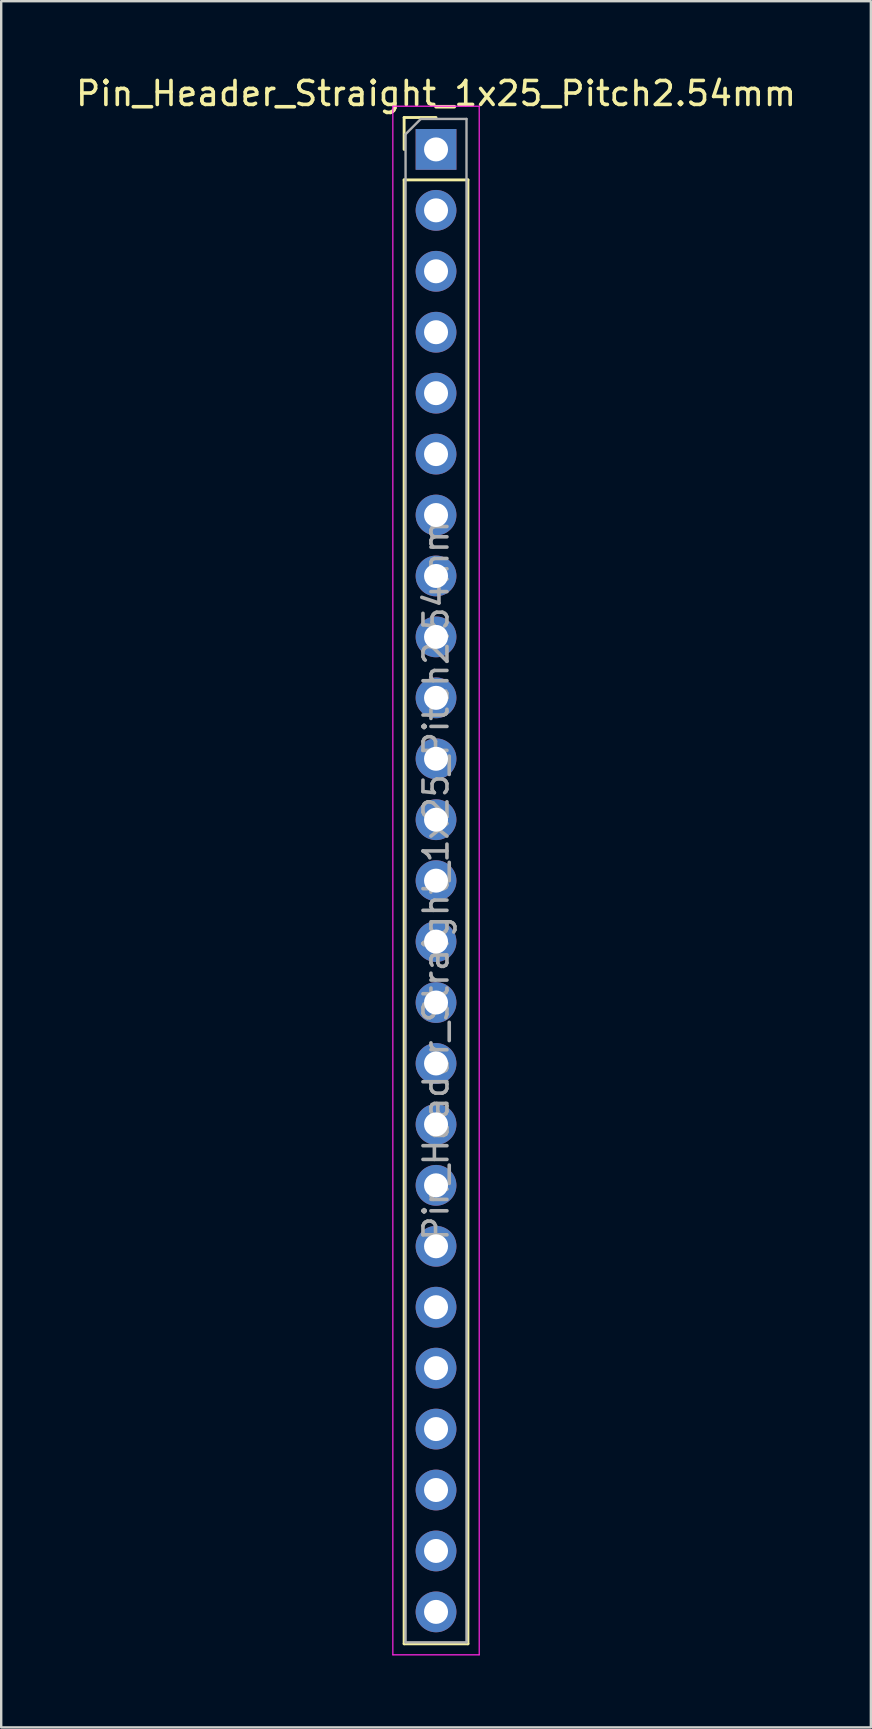
<source format=kicad_pcb>
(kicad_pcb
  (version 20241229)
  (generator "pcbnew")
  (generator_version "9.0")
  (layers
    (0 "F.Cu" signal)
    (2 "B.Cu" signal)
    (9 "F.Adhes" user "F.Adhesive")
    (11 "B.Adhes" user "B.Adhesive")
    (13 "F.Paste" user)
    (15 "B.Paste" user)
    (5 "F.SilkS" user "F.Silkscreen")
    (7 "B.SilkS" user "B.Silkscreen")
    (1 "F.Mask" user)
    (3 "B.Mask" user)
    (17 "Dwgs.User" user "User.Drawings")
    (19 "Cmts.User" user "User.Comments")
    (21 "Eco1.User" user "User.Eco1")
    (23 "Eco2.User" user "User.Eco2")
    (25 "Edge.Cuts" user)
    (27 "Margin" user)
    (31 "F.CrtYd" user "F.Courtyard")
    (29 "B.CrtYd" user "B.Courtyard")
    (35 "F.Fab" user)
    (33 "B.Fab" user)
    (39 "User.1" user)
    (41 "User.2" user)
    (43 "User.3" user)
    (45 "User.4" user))
  (footprint "Pin_Header_Straight_1x25_Pitch2.54mm"
    (layer "F.Cu")
    (at 15.125 3.178)
    (property "Reference" "Pin_Header_Straight_1x25_Pitch2.54mm" (at 0 -2.33 0) (layer "F.SilkS") (effects (font (size 1 1) (thickness 0.15))))
    (attr through_hole)
    (fp_line (start -1.33 -1.33) (end 0 -1.33) (stroke (width 0.12) (type solid)) (layer "F.SilkS"))
    (fp_line (start -1.33 0) (end -1.33 -1.33) (stroke (width 0.12) (type solid)) (layer "F.SilkS"))
    (fp_line (start -1.33 1.27) (end -1.33 62.29) (stroke (width 0.12) (type solid)) (layer "F.SilkS"))
    (fp_line (start -1.33 1.27) (end 1.33 1.27) (stroke (width 0.12) (type solid)) (layer "F.SilkS"))
    (fp_line (start -1.33 62.29) (end 1.33 62.29) (stroke (width 0.12) (type solid)) (layer "F.SilkS"))
    (fp_line (start 1.33 1.27) (end 1.33 62.29) (stroke (width 0.12) (type solid)) (layer "F.SilkS"))
    (fp_line (start -1.8 -1.8) (end -1.8 62.75) (stroke (width 0.05) (type solid)) (layer "F.CrtYd"))
    (fp_line (start -1.8 62.75) (end 1.8 62.75) (stroke (width 0.05) (type solid)) (layer "F.CrtYd"))
    (fp_line (start 1.8 -1.8) (end -1.8 -1.8) (stroke (width 0.05) (type solid)) (layer "F.CrtYd"))
    (fp_line (start 1.8 62.75) (end 1.8 -1.8) (stroke (width 0.05) (type solid)) (layer "F.CrtYd"))
    (fp_line (start -1.27 -0.635) (end -0.635 -1.27) (stroke (width 0.1) (type solid)) (layer "F.Fab"))
    (fp_line (start -1.27 62.23) (end -1.27 -0.635) (stroke (width 0.1) (type solid)) (layer "F.Fab"))
    (fp_line (start -0.635 -1.27) (end 1.27 -1.27) (stroke (width 0.1) (type solid)) (layer "F.Fab"))
    (fp_line (start 1.27 -1.27) (end 1.27 62.23) (stroke (width 0.1) (type solid)) (layer "F.Fab"))
    (fp_line (start 1.27 62.23) (end -1.27 62.23) (stroke (width 0.1) (type solid)) (layer "F.Fab"))
    (fp_text user "${REFERENCE}" (at 0 30.48 90) (layer "F.Fab") (effects (font (size 1 1) (thickness 0.15))))
    (pad "1" thru_hole rect (at 0 0) (size 1.7 1.7) (drill 1) (layers "*.Cu" "*.Mask"))
    (pad "2" thru_hole oval (at 0 2.54) (size 1.7 1.7) (drill 1) (layers "*.Cu" "*.Mask"))
    (pad "3" thru_hole oval (at 0 5.08) (size 1.7 1.7) (drill 1) (layers "*.Cu" "*.Mask"))
    (pad "4" thru_hole oval (at 0 7.62) (size 1.7 1.7) (drill 1) (layers "*.Cu" "*.Mask"))
    (pad "5" thru_hole oval (at 0 10.16) (size 1.7 1.7) (drill 1) (layers "*.Cu" "*.Mask"))
    (pad "6" thru_hole oval (at 0 12.7) (size 1.7 1.7) (drill 1) (layers "*.Cu" "*.Mask"))
    (pad "7" thru_hole oval (at 0 15.24) (size 1.7 1.7) (drill 1) (layers "*.Cu" "*.Mask"))
    (pad "8" thru_hole oval (at 0 17.78) (size 1.7 1.7) (drill 1) (layers "*.Cu" "*.Mask"))
    (pad "9" thru_hole oval (at 0 20.32) (size 1.7 1.7) (drill 1) (layers "*.Cu" "*.Mask"))
    (pad "10" thru_hole oval (at 0 22.86) (size 1.7 1.7) (drill 1) (layers "*.Cu" "*.Mask"))
    (pad "11" thru_hole oval (at 0 25.4) (size 1.7 1.7) (drill 1) (layers "*.Cu" "*.Mask"))
    (pad "12" thru_hole oval (at 0 27.94) (size 1.7 1.7) (drill 1) (layers "*.Cu" "*.Mask"))
    (pad "13" thru_hole oval (at 0 30.48) (size 1.7 1.7) (drill 1) (layers "*.Cu" "*.Mask"))
    (pad "14" thru_hole oval (at 0 33.02) (size 1.7 1.7) (drill 1) (layers "*.Cu" "*.Mask"))
    (pad "15" thru_hole oval (at 0 35.56) (size 1.7 1.7) (drill 1) (layers "*.Cu" "*.Mask"))
    (pad "16" thru_hole oval (at 0 38.1) (size 1.7 1.7) (drill 1) (layers "*.Cu" "*.Mask"))
    (pad "17" thru_hole oval (at 0 40.64) (size 1.7 1.7) (drill 1) (layers "*.Cu" "*.Mask"))
    (pad "18" thru_hole oval (at 0 43.18) (size 1.7 1.7) (drill 1) (layers "*.Cu" "*.Mask"))
    (pad "19" thru_hole oval (at 0 45.72) (size 1.7 1.7) (drill 1) (layers "*.Cu" "*.Mask"))
    (pad "20" thru_hole oval (at 0 48.26) (size 1.7 1.7) (drill 1) (layers "*.Cu" "*.Mask"))
    (pad "21" thru_hole oval (at 0 50.8) (size 1.7 1.7) (drill 1) (layers "*.Cu" "*.Mask"))
    (pad "22" thru_hole oval (at 0 53.34) (size 1.7 1.7) (drill 1) (layers "*.Cu" "*.Mask"))
    (pad "23" thru_hole oval (at 0 55.88) (size 1.7 1.7) (drill 1) (layers "*.Cu" "*.Mask"))
    (pad "24" thru_hole oval (at 0 58.42) (size 1.7 1.7) (drill 1) (layers "*.Cu" "*.Mask"))
    (pad "25" thru_hole oval (at 0 60.96) (size 1.7 1.7) (drill 1) (layers "*.Cu" "*.Mask")))
  (gr_rect
    (start -3 -3)
    (end 33.25 68.953)
    (stroke (width 0.1) (type default))
    (fill no)
    (layer "Edge.Cuts")))
</source>
